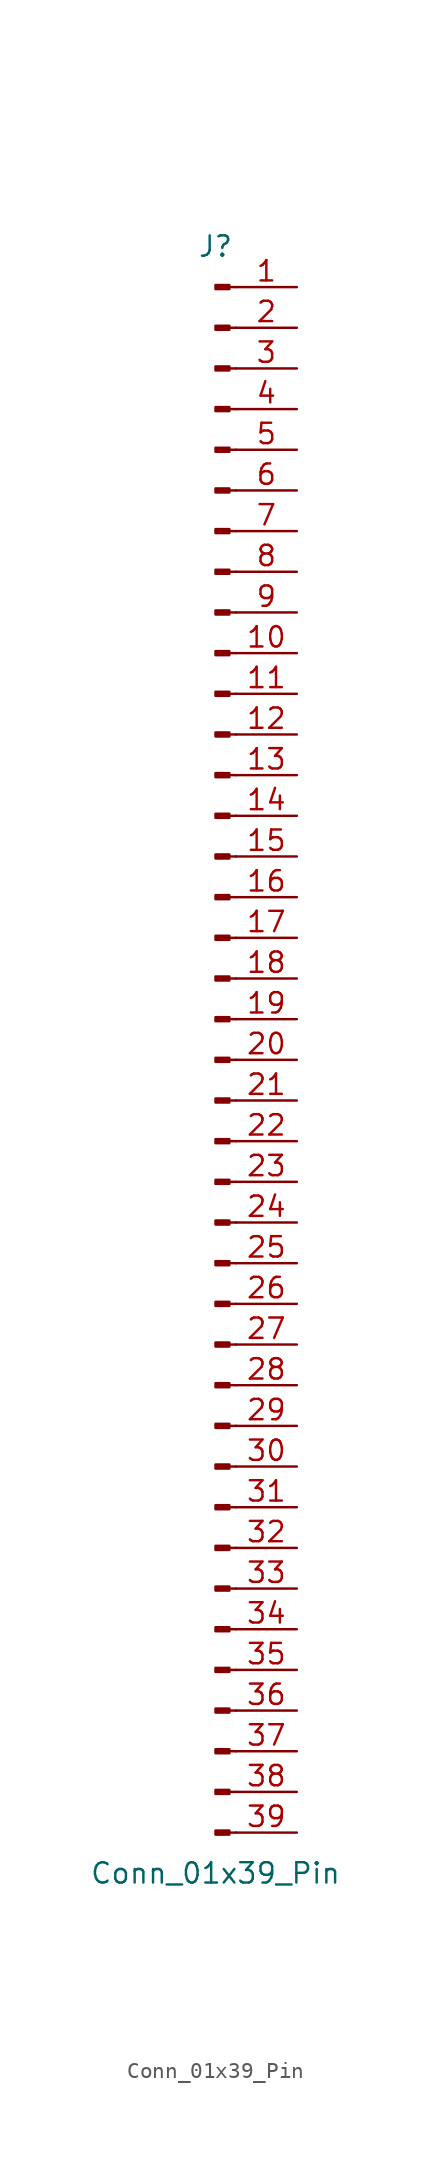
<source format=kicad_sym>
(kicad_symbol_lib
  (version 20220914)
  (generator kicad_symbol_editor)
  (symbol "Conn_01x39_Pin"
    (pin_names
      (offset 1.016) hide)
    (property "Reference" "J"
      (at 0 50.8 0)
      (effects (font (size 1.27 1.27))))
    (property "Value" "Conn_01x39_Pin"
      (at 0 -50.8 0)
      (effects (font (size 1.27 1.27))))
    (property "ki_locked" ""
      (at 0 0 0)
      (effects (font (size 1.27 1.27))))
    (symbol "Conn_01x39_Pin_1_1"
      (polyline (pts (xy 1.27 -48.26) (xy 0.864 -48.26)) (stroke (width 0.152) (type default)) (fill (type none)))
      (polyline (pts (xy 1.27 -45.72) (xy 0.864 -45.72)) (stroke (width 0.152) (type default)) (fill (type none)))
      (polyline (pts (xy 1.27 -43.18) (xy 0.864 -43.18)) (stroke (width 0.152) (type default)) (fill (type none)))
      (polyline (pts (xy 1.27 -40.64) (xy 0.864 -40.64)) (stroke (width 0.152) (type default)) (fill (type none)))
      (polyline (pts (xy 1.27 -38.1) (xy 0.864 -38.1)) (stroke (width 0.152) (type default)) (fill (type none)))
      (polyline (pts (xy 1.27 -35.56) (xy 0.864 -35.56)) (stroke (width 0.152) (type default)) (fill (type none)))
      (polyline (pts (xy 1.27 -33.02) (xy 0.864 -33.02)) (stroke (width 0.152) (type default)) (fill (type none)))
      (polyline (pts (xy 1.27 -30.48) (xy 0.864 -30.48)) (stroke (width 0.152) (type default)) (fill (type none)))
      (polyline (pts (xy 1.27 -27.94) (xy 0.864 -27.94)) (stroke (width 0.152) (type default)) (fill (type none)))
      (polyline (pts (xy 1.27 -25.4) (xy 0.864 -25.4)) (stroke (width 0.152) (type default)) (fill (type none)))
      (polyline (pts (xy 1.27 -22.86) (xy 0.864 -22.86)) (stroke (width 0.152) (type default)) (fill (type none)))
      (polyline (pts (xy 1.27 -20.32) (xy 0.864 -20.32)) (stroke (width 0.152) (type default)) (fill (type none)))
      (polyline (pts (xy 1.27 -17.78) (xy 0.864 -17.78)) (stroke (width 0.152) (type default)) (fill (type none)))
      (polyline (pts (xy 1.27 -15.24) (xy 0.864 -15.24)) (stroke (width 0.152) (type default)) (fill (type none)))
      (polyline (pts (xy 1.27 -12.7) (xy 0.864 -12.7)) (stroke (width 0.152) (type default)) (fill (type none)))
      (polyline (pts (xy 1.27 -10.16) (xy 0.864 -10.16)) (stroke (width 0.152) (type default)) (fill (type none)))
      (polyline (pts (xy 1.27 -7.62) (xy 0.864 -7.62)) (stroke (width 0.152) (type default)) (fill (type none)))
      (polyline (pts (xy 1.27 -5.08) (xy 0.864 -5.08)) (stroke (width 0.152) (type default)) (fill (type none)))
      (polyline (pts (xy 1.27 -2.54) (xy 0.864 -2.54)) (stroke (width 0.152) (type default)) (fill (type none)))
      (polyline (pts (xy 1.27 0) (xy 0.864 0)) (stroke (width 0.152) (type default)) (fill (type none)))
      (polyline (pts (xy 1.27 2.54) (xy 0.864 2.54)) (stroke (width 0.152) (type default)) (fill (type none)))
      (polyline (pts (xy 1.27 5.08) (xy 0.864 5.08)) (stroke (width 0.152) (type default)) (fill (type none)))
      (polyline (pts (xy 1.27 7.62) (xy 0.864 7.62)) (stroke (width 0.152) (type default)) (fill (type none)))
      (polyline (pts (xy 1.27 10.16) (xy 0.864 10.16)) (stroke (width 0.152) (type default)) (fill (type none)))
      (polyline (pts (xy 1.27 12.7) (xy 0.864 12.7)) (stroke (width 0.152) (type default)) (fill (type none)))
      (polyline (pts (xy 1.27 15.24) (xy 0.864 15.24)) (stroke (width 0.152) (type default)) (fill (type none)))
      (polyline (pts (xy 1.27 17.78) (xy 0.864 17.78)) (stroke (width 0.152) (type default)) (fill (type none)))
      (polyline (pts (xy 1.27 20.32) (xy 0.864 20.32)) (stroke (width 0.152) (type default)) (fill (type none)))
      (polyline (pts (xy 1.27 22.86) (xy 0.864 22.86)) (stroke (width 0.152) (type default)) (fill (type none)))
      (polyline (pts (xy 1.27 25.4) (xy 0.864 25.4)) (stroke (width 0.152) (type default)) (fill (type none)))
      (polyline (pts (xy 1.27 27.94) (xy 0.864 27.94)) (stroke (width 0.152) (type default)) (fill (type none)))
      (polyline (pts (xy 1.27 30.48) (xy 0.864 30.48)) (stroke (width 0.152) (type default)) (fill (type none)))
      (polyline (pts (xy 1.27 33.02) (xy 0.864 33.02)) (stroke (width 0.152) (type default)) (fill (type none)))
      (polyline (pts (xy 1.27 35.56) (xy 0.864 35.56)) (stroke (width 0.152) (type default)) (fill (type none)))
      (polyline (pts (xy 1.27 38.1) (xy 0.864 38.1)) (stroke (width 0.152) (type default)) (fill (type none)))
      (polyline (pts (xy 1.27 40.64) (xy 0.864 40.64)) (stroke (width 0.152) (type default)) (fill (type none)))
      (polyline (pts (xy 1.27 43.18) (xy 0.864 43.18)) (stroke (width 0.152) (type default)) (fill (type none)))
      (polyline (pts (xy 1.27 45.72) (xy 0.864 45.72)) (stroke (width 0.152) (type default)) (fill (type none)))
      (polyline (pts (xy 1.27 48.26) (xy 0.864 48.26)) (stroke (width 0.152) (type default)) (fill (type none)))
      (rectangle (start 0.864 -48.133) (end 0 -48.387) (stroke (width 0.152) (type default)) (fill (type outline)))
      (rectangle (start 0.864 -45.593) (end 0 -45.847) (stroke (width 0.152) (type default)) (fill (type outline)))
      (rectangle (start 0.864 -43.053) (end 0 -43.307) (stroke (width 0.152) (type default)) (fill (type outline)))
      (rectangle (start 0.864 -40.513) (end 0 -40.767) (stroke (width 0.152) (type default)) (fill (type outline)))
      (rectangle (start 0.864 -37.973) (end 0 -38.227) (stroke (width 0.152) (type default)) (fill (type outline)))
      (rectangle (start 0.864 -35.433) (end 0 -35.687) (stroke (width 0.152) (type default)) (fill (type outline)))
      (rectangle (start 0.864 -32.893) (end 0 -33.147) (stroke (width 0.152) (type default)) (fill (type outline)))
      (rectangle (start 0.864 -30.353) (end 0 -30.607) (stroke (width 0.152) (type default)) (fill (type outline)))
      (rectangle (start 0.864 -27.813) (end 0 -28.067) (stroke (width 0.152) (type default)) (fill (type outline)))
      (rectangle (start 0.864 -25.273) (end 0 -25.527) (stroke (width 0.152) (type default)) (fill (type outline)))
      (rectangle (start 0.864 -22.733) (end 0 -22.987) (stroke (width 0.152) (type default)) (fill (type outline)))
      (rectangle (start 0.864 -20.193) (end 0 -20.447) (stroke (width 0.152) (type default)) (fill (type outline)))
      (rectangle (start 0.864 -17.653) (end 0 -17.907) (stroke (width 0.152) (type default)) (fill (type outline)))
      (rectangle (start 0.864 -15.113) (end 0 -15.367) (stroke (width 0.152) (type default)) (fill (type outline)))
      (rectangle (start 0.864 -12.573) (end 0 -12.827) (stroke (width 0.152) (type default)) (fill (type outline)))
      (rectangle (start 0.864 -10.033) (end 0 -10.287) (stroke (width 0.152) (type default)) (fill (type outline)))
      (rectangle (start 0.864 -7.493) (end 0 -7.747) (stroke (width 0.152) (type default)) (fill (type outline)))
      (rectangle (start 0.864 -4.953) (end 0 -5.207) (stroke (width 0.152) (type default)) (fill (type outline)))
      (rectangle (start 0.864 -2.413) (end 0 -2.667) (stroke (width 0.152) (type default)) (fill (type outline)))
      (rectangle (start 0.864 0.127) (end 0 -0.127) (stroke (width 0.152) (type default)) (fill (type outline)))
      (rectangle (start 0.864 2.667) (end 0 2.413) (stroke (width 0.152) (type default)) (fill (type outline)))
      (rectangle (start 0.864 5.207) (end 0 4.953) (stroke (width 0.152) (type default)) (fill (type outline)))
      (rectangle (start 0.864 7.747) (end 0 7.493) (stroke (width 0.152) (type default)) (fill (type outline)))
      (rectangle (start 0.864 10.287) (end 0 10.033) (stroke (width 0.152) (type default)) (fill (type outline)))
      (rectangle (start 0.864 12.827) (end 0 12.573) (stroke (width 0.152) (type default)) (fill (type outline)))
      (rectangle (start 0.864 15.367) (end 0 15.113) (stroke (width 0.152) (type default)) (fill (type outline)))
      (rectangle (start 0.864 17.907) (end 0 17.653) (stroke (width 0.152) (type default)) (fill (type outline)))
      (rectangle (start 0.864 20.447) (end 0 20.193) (stroke (width 0.152) (type default)) (fill (type outline)))
      (rectangle (start 0.864 22.987) (end 0 22.733) (stroke (width 0.152) (type default)) (fill (type outline)))
      (rectangle (start 0.864 25.527) (end 0 25.273) (stroke (width 0.152) (type default)) (fill (type outline)))
      (rectangle (start 0.864 28.067) (end 0 27.813) (stroke (width 0.152) (type default)) (fill (type outline)))
      (rectangle (start 0.864 30.607) (end 0 30.353) (stroke (width 0.152) (type default)) (fill (type outline)))
      (rectangle (start 0.864 33.147) (end 0 32.893) (stroke (width 0.152) (type default)) (fill (type outline)))
      (rectangle (start 0.864 35.687) (end 0 35.433) (stroke (width 0.152) (type default)) (fill (type outline)))
      (rectangle (start 0.864 38.227) (end 0 37.973) (stroke (width 0.152) (type default)) (fill (type outline)))
      (rectangle (start 0.864 40.767) (end 0 40.513) (stroke (width 0.152) (type default)) (fill (type outline)))
      (rectangle (start 0.864 43.307) (end 0 43.053) (stroke (width 0.152) (type default)) (fill (type outline)))
      (rectangle (start 0.864 45.847) (end 0 45.593) (stroke (width 0.152) (type default)) (fill (type outline)))
      (rectangle (start 0.864 48.387) (end 0 48.133) (stroke (width 0.152) (type default)) (fill (type outline)))
      (pin passive line (at 5.08 48.26 180) (length 3.81) (name "Pin_1" (effects (font (size 1.27 1.27)))) (number "1" (effects (font (size 1.27 1.27)))))
      (pin passive line (at 5.08 25.4 180) (length 3.81) (name "Pin_10" (effects (font (size 1.27 1.27)))) (number "10" (effects (font (size 1.27 1.27)))))
      (pin passive line (at 5.08 22.86 180) (length 3.81) (name "Pin_11" (effects (font (size 1.27 1.27)))) (number "11" (effects (font (size 1.27 1.27)))))
      (pin passive line (at 5.08 20.32 180) (length 3.81) (name "Pin_12" (effects (font (size 1.27 1.27)))) (number "12" (effects (font (size 1.27 1.27)))))
      (pin passive line (at 5.08 17.78 180) (length 3.81) (name "Pin_13" (effects (font (size 1.27 1.27)))) (number "13" (effects (font (size 1.27 1.27)))))
      (pin passive line (at 5.08 15.24 180) (length 3.81) (name "Pin_14" (effects (font (size 1.27 1.27)))) (number "14" (effects (font (size 1.27 1.27)))))
      (pin passive line (at 5.08 12.7 180) (length 3.81) (name "Pin_15" (effects (font (size 1.27 1.27)))) (number "15" (effects (font (size 1.27 1.27)))))
      (pin passive line (at 5.08 10.16 180) (length 3.81) (name "Pin_16" (effects (font (size 1.27 1.27)))) (number "16" (effects (font (size 1.27 1.27)))))
      (pin passive line (at 5.08 7.62 180) (length 3.81) (name "Pin_17" (effects (font (size 1.27 1.27)))) (number "17" (effects (font (size 1.27 1.27)))))
      (pin passive line (at 5.08 5.08 180) (length 3.81) (name "Pin_18" (effects (font (size 1.27 1.27)))) (number "18" (effects (font (size 1.27 1.27)))))
      (pin passive line (at 5.08 2.54 180) (length 3.81) (name "Pin_19" (effects (font (size 1.27 1.27)))) (number "19" (effects (font (size 1.27 1.27)))))
      (pin passive line (at 5.08 45.72 180) (length 3.81) (name "Pin_2" (effects (font (size 1.27 1.27)))) (number "2" (effects (font (size 1.27 1.27)))))
      (pin passive line (at 5.08 0 180) (length 3.81) (name "Pin_20" (effects (font (size 1.27 1.27)))) (number "20" (effects (font (size 1.27 1.27)))))
      (pin passive line (at 5.08 -2.54 180) (length 3.81) (name "Pin_21" (effects (font (size 1.27 1.27)))) (number "21" (effects (font (size 1.27 1.27)))))
      (pin passive line (at 5.08 -5.08 180) (length 3.81) (name "Pin_22" (effects (font (size 1.27 1.27)))) (number "22" (effects (font (size 1.27 1.27)))))
      (pin passive line (at 5.08 -7.62 180) (length 3.81) (name "Pin_23" (effects (font (size 1.27 1.27)))) (number "23" (effects (font (size 1.27 1.27)))))
      (pin passive line (at 5.08 -10.16 180) (length 3.81) (name "Pin_24" (effects (font (size 1.27 1.27)))) (number "24" (effects (font (size 1.27 1.27)))))
      (pin passive line (at 5.08 -12.7 180) (length 3.81) (name "Pin_25" (effects (font (size 1.27 1.27)))) (number "25" (effects (font (size 1.27 1.27)))))
      (pin passive line (at 5.08 -15.24 180) (length 3.81) (name "Pin_26" (effects (font (size 1.27 1.27)))) (number "26" (effects (font (size 1.27 1.27)))))
      (pin passive line (at 5.08 -17.78 180) (length 3.81) (name "Pin_27" (effects (font (size 1.27 1.27)))) (number "27" (effects (font (size 1.27 1.27)))))
      (pin passive line (at 5.08 -20.32 180) (length 3.81) (name "Pin_28" (effects (font (size 1.27 1.27)))) (number "28" (effects (font (size 1.27 1.27)))))
      (pin passive line (at 5.08 -22.86 180) (length 3.81) (name "Pin_29" (effects (font (size 1.27 1.27)))) (number "29" (effects (font (size 1.27 1.27)))))
      (pin passive line (at 5.08 43.18 180) (length 3.81) (name "Pin_3" (effects (font (size 1.27 1.27)))) (number "3" (effects (font (size 1.27 1.27)))))
      (pin passive line (at 5.08 -25.4 180) (length 3.81) (name "Pin_30" (effects (font (size 1.27 1.27)))) (number "30" (effects (font (size 1.27 1.27)))))
      (pin passive line (at 5.08 -27.94 180) (length 3.81) (name "Pin_31" (effects (font (size 1.27 1.27)))) (number "31" (effects (font (size 1.27 1.27)))))
      (pin passive line (at 5.08 -30.48 180) (length 3.81) (name "Pin_32" (effects (font (size 1.27 1.27)))) (number "32" (effects (font (size 1.27 1.27)))))
      (pin passive line (at 5.08 -33.02 180) (length 3.81) (name "Pin_33" (effects (font (size 1.27 1.27)))) (number "33" (effects (font (size 1.27 1.27)))))
      (pin passive line (at 5.08 -35.56 180) (length 3.81) (name "Pin_34" (effects (font (size 1.27 1.27)))) (number "34" (effects (font (size 1.27 1.27)))))
      (pin passive line (at 5.08 -38.1 180) (length 3.81) (name "Pin_35" (effects (font (size 1.27 1.27)))) (number "35" (effects (font (size 1.27 1.27)))))
      (pin passive line (at 5.08 -40.64 180) (length 3.81) (name "Pin_36" (effects (font (size 1.27 1.27)))) (number "36" (effects (font (size 1.27 1.27)))))
      (pin passive line (at 5.08 -43.18 180) (length 3.81) (name "Pin_37" (effects (font (size 1.27 1.27)))) (number "37" (effects (font (size 1.27 1.27)))))
      (pin passive line (at 5.08 -45.72 180) (length 3.81) (name "Pin_38" (effects (font (size 1.27 1.27)))) (number "38" (effects (font (size 1.27 1.27)))))
      (pin passive line (at 5.08 -48.26 180) (length 3.81) (name "Pin_39" (effects (font (size 1.27 1.27)))) (number "39" (effects (font (size 1.27 1.27)))))
      (pin passive line (at 5.08 40.64 180) (length 3.81) (name "Pin_4" (effects (font (size 1.27 1.27)))) (number "4" (effects (font (size 1.27 1.27)))))
      (pin passive line (at 5.08 38.1 180) (length 3.81) (name "Pin_5" (effects (font (size 1.27 1.27)))) (number "5" (effects (font (size 1.27 1.27)))))
      (pin passive line (at 5.08 35.56 180) (length 3.81) (name "Pin_6" (effects (font (size 1.27 1.27)))) (number "6" (effects (font (size 1.27 1.27)))))
      (pin passive line (at 5.08 33.02 180) (length 3.81) (name "Pin_7" (effects (font (size 1.27 1.27)))) (number "7" (effects (font (size 1.27 1.27)))))
      (pin passive line (at 5.08 30.48 180) (length 3.81) (name "Pin_8" (effects (font (size 1.27 1.27)))) (number "8" (effects (font (size 1.27 1.27)))))
      (pin passive line (at 5.08 27.94 180) (length 3.81) (name "Pin_9" (effects (font (size 1.27 1.27)))) (number "9" (effects (font (size 1.27 1.27))))))))
</source>
